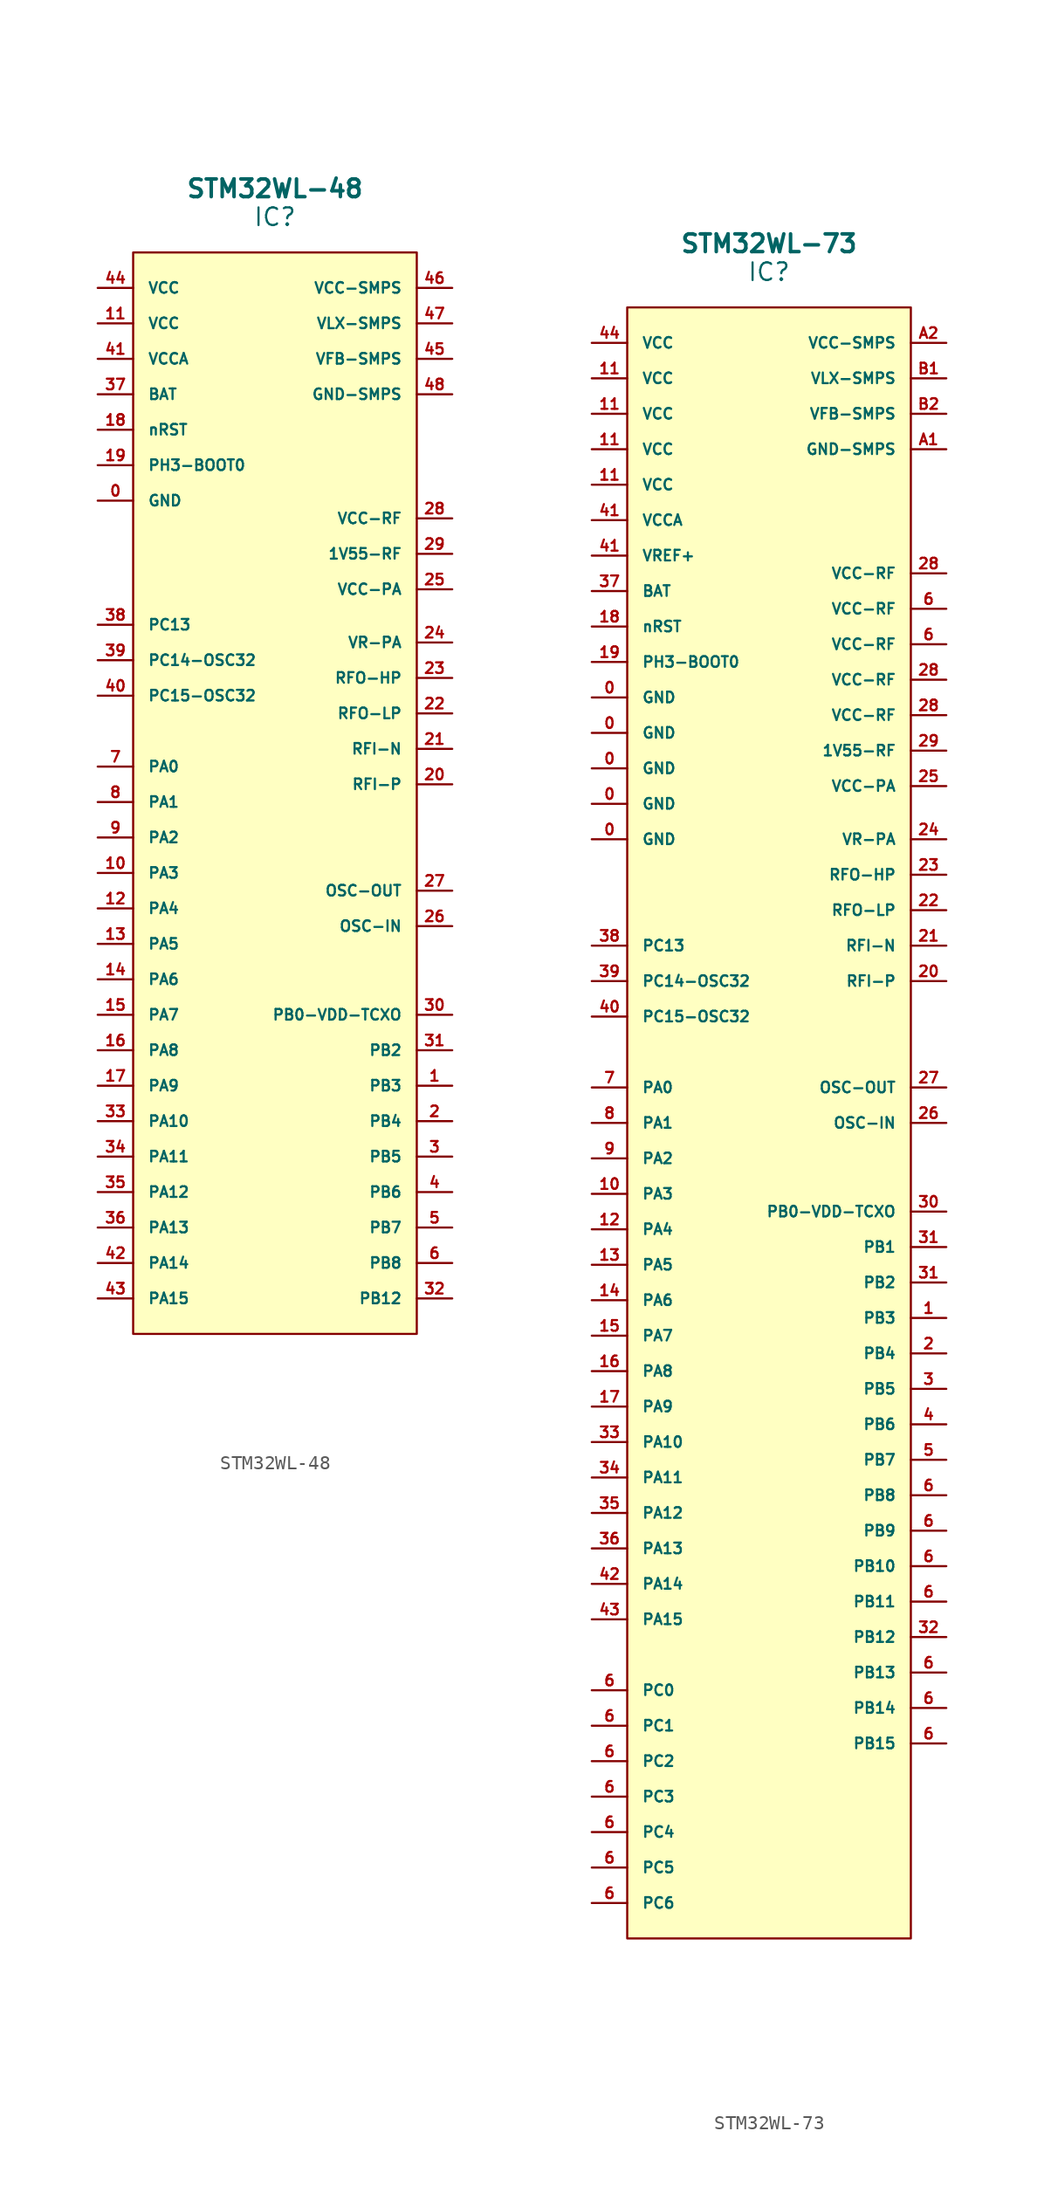
<source format=kicad_sym>
(kicad_symbol_lib
  (version 20231120)
  (generator "kicad_symbol_editor")
  (generator_version "8.0")
  (symbol "STM32WL-48"
    (pin_names
      (offset 1.016))
    (property "Reference" "IC"
      (at 0 41.91 0)
      (effects (font (size 1.27 1.27))))
    (property "Value" "STM32WL-48"
      (at 0 43.942 0)
      (effects (font (size 1.27 1.27) (bold yes))))
    (symbol "STM32WL-48_0_1"
      (rectangle (start -10.16 39.37) (end 10.16 -38.1) (stroke (width 0) (type solid)) (fill (type background))))
    (symbol "STM32WL-48_1_1"
      (pin power_in line (at -12.7 21.59 0) (length 2.54) (name "GND" (effects (font (size 0.762 0.762)))) (number "0" (effects (font (size 0.762 0.762)))))
      (pin bidirectional line (at 12.7 -20.32 180) (length 2.54) (name "PB3" (effects (font (size 0.762 0.762)))) (number "1" (effects (font (size 0.762 0.762)))))
      (pin bidirectional line (at -12.7 -5.08 0) (length 2.54) (name "PA3" (effects (font (size 0.762 0.762)))) (number "10" (effects (font (size 0.762 0.762)))))
      (pin power_in line (at -12.7 34.29 0) (length 2.54) (name "VCC" (effects (font (size 0.762 0.762)))) (number "11" (effects (font (size 0.762 0.762)))))
      (pin bidirectional line (at -12.7 -7.62 0) (length 2.54) (name "PA4" (effects (font (size 0.762 0.762)))) (number "12" (effects (font (size 0.762 0.762)))))
      (pin bidirectional line (at -12.7 -10.16 0) (length 2.54) (name "PA5" (effects (font (size 0.762 0.762)))) (number "13" (effects (font (size 0.762 0.762)))))
      (pin bidirectional line (at -12.7 -12.7 0) (length 2.54) (name "PA6" (effects (font (size 0.762 0.762)))) (number "14" (effects (font (size 0.762 0.762)))))
      (pin bidirectional line (at -12.7 -15.24 0) (length 2.54) (name "PA7" (effects (font (size 0.762 0.762)))) (number "15" (effects (font (size 0.762 0.762)))))
      (pin bidirectional line (at -12.7 -17.78 0) (length 2.54) (name "PA8" (effects (font (size 0.762 0.762)))) (number "16" (effects (font (size 0.762 0.762)))))
      (pin bidirectional line (at -12.7 -20.32 0) (length 2.54) (name "PA9" (effects (font (size 0.762 0.762)))) (number "17" (effects (font (size 0.762 0.762)))))
      (pin input line (at -12.7 26.67 0) (length 2.54) (name "nRST" (effects (font (size 0.762 0.762)))) (number "18" (effects (font (size 0.762 0.762)))))
      (pin bidirectional line (at -12.7 24.13 0) (length 2.54) (name "PH3-BOOT0" (effects (font (size 0.762 0.762)))) (number "19" (effects (font (size 0.762 0.762)))))
      (pin bidirectional line (at 12.7 -22.86 180) (length 2.54) (name "PB4" (effects (font (size 0.762 0.762)))) (number "2" (effects (font (size 0.762 0.762)))))
      (pin input line (at 12.7 1.27 180) (length 2.54) (name "RFI-P" (effects (font (size 0.762 0.762)))) (number "20" (effects (font (size 0.762 0.762)))))
      (pin input line (at 12.7 3.81 180) (length 2.54) (name "RFI-N" (effects (font (size 0.762 0.762)))) (number "21" (effects (font (size 0.762 0.762)))))
      (pin output line (at 12.7 6.35 180) (length 2.54) (name "RFO-LP" (effects (font (size 0.762 0.762)))) (number "22" (effects (font (size 0.762 0.762)))))
      (pin output line (at 12.7 8.89 180) (length 2.54) (name "RFO-HP" (effects (font (size 0.762 0.762)))) (number "23" (effects (font (size 0.762 0.762)))))
      (pin passive line (at 12.7 11.43 180) (length 2.54) (name "VR-PA" (effects (font (size 0.762 0.762)))) (number "24" (effects (font (size 0.762 0.762)))))
      (pin passive line (at 12.7 15.24 180) (length 2.54) (name "VCC-PA" (effects (font (size 0.762 0.762)))) (number "25" (effects (font (size 0.762 0.762)))))
      (pin passive line (at 12.7 -8.89 180) (length 2.54) (name "OSC-IN" (effects (font (size 0.762 0.762)))) (number "26" (effects (font (size 0.762 0.762)))))
      (pin passive line (at 12.7 -6.35 180) (length 2.54) (name "OSC-OUT" (effects (font (size 0.762 0.762)))) (number "27" (effects (font (size 0.762 0.762)))))
      (pin passive line (at 12.7 20.32 180) (length 2.54) (name "VCC-RF" (effects (font (size 0.762 0.762)))) (number "28" (effects (font (size 0.762 0.762)))))
      (pin passive line (at 12.7 17.78 180) (length 2.54) (name "1V55-RF" (effects (font (size 0.762 0.762)))) (number "29" (effects (font (size 0.762 0.762)))))
      (pin bidirectional line (at 12.7 -25.4 180) (length 2.54) (name "PB5" (effects (font (size 0.762 0.762)))) (number "3" (effects (font (size 0.762 0.762)))))
      (pin bidirectional line (at 12.7 -15.24 180) (length 2.54) (name "PB0-VDD-TCXO" (effects (font (size 0.762 0.762)))) (number "30" (effects (font (size 0.762 0.762)))))
      (pin bidirectional line (at 12.7 -17.78 180) (length 2.54) (name "PB2" (effects (font (size 0.762 0.762)))) (number "31" (effects (font (size 0.762 0.762)))))
      (pin bidirectional line (at 12.7 -35.56 180) (length 2.54) (name "PB12" (effects (font (size 0.762 0.762)))) (number "32" (effects (font (size 0.762 0.762)))))
      (pin bidirectional line (at -12.7 -22.86 0) (length 2.54) (name "PA10" (effects (font (size 0.762 0.762)))) (number "33" (effects (font (size 0.762 0.762)))))
      (pin bidirectional line (at -12.7 -25.4 0) (length 2.54) (name "PA11" (effects (font (size 0.762 0.762)))) (number "34" (effects (font (size 0.762 0.762)))))
      (pin bidirectional line (at -12.7 -27.94 0) (length 2.54) (name "PA12" (effects (font (size 0.762 0.762)))) (number "35" (effects (font (size 0.762 0.762)))))
      (pin bidirectional line (at -12.7 -30.48 0) (length 2.54) (name "PA13" (effects (font (size 0.762 0.762)))) (number "36" (effects (font (size 0.762 0.762)))))
      (pin power_in line (at -12.7 29.21 0) (length 2.54) (name "BAT" (effects (font (size 0.762 0.762)))) (number "37" (effects (font (size 0.762 0.762)))))
      (pin bidirectional line (at -12.7 12.7 0) (length 2.54) (name "PC13" (effects (font (size 0.762 0.762)))) (number "38" (effects (font (size 0.762 0.762)))))
      (pin bidirectional line (at -12.7 10.16 0) (length 2.54) (name "PC14-OSC32" (effects (font (size 0.762 0.762)))) (number "39" (effects (font (size 0.762 0.762)))))
      (pin bidirectional line (at 12.7 -27.94 180) (length 2.54) (name "PB6" (effects (font (size 0.762 0.762)))) (number "4" (effects (font (size 0.762 0.762)))))
      (pin bidirectional line (at -12.7 7.62 0) (length 2.54) (name "PC15-OSC32" (effects (font (size 0.762 0.762)))) (number "40" (effects (font (size 0.762 0.762)))))
      (pin power_in line (at -12.7 31.75 0) (length 2.54) (name "VCCA" (effects (font (size 0.762 0.762)))) (number "41" (effects (font (size 0.762 0.762)))))
      (pin bidirectional line (at -12.7 -33.02 0) (length 2.54) (name "PA14" (effects (font (size 0.762 0.762)))) (number "42" (effects (font (size 0.762 0.762)))))
      (pin bidirectional line (at -12.7 -35.56 0) (length 2.54) (name "PA15" (effects (font (size 0.762 0.762)))) (number "43" (effects (font (size 0.762 0.762)))))
      (pin power_in line (at -12.7 36.83 0) (length 2.54) (name "VCC" (effects (font (size 0.762 0.762)))) (number "44" (effects (font (size 0.762 0.762)))))
      (pin passive line (at 12.7 31.75 180) (length 2.54) (name "VFB-SMPS" (effects (font (size 0.762 0.762)))) (number "45" (effects (font (size 0.762 0.762)))))
      (pin passive line (at 12.7 36.83 180) (length 2.54) (name "VCC-SMPS" (effects (font (size 0.762 0.762)))) (number "46" (effects (font (size 0.762 0.762)))))
      (pin passive line (at 12.7 34.29 180) (length 2.54) (name "VLX-SMPS" (effects (font (size 0.762 0.762)))) (number "47" (effects (font (size 0.762 0.762)))))
      (pin power_in line (at 12.7 29.21 180) (length 2.54) (name "GND-SMPS" (effects (font (size 0.762 0.762)))) (number "48" (effects (font (size 0.762 0.762)))))
      (pin bidirectional line (at 12.7 -30.48 180) (length 2.54) (name "PB7" (effects (font (size 0.762 0.762)))) (number "5" (effects (font (size 0.762 0.762)))))
      (pin bidirectional line (at 12.7 -33.02 180) (length 2.54) (name "PB8" (effects (font (size 0.762 0.762)))) (number "6" (effects (font (size 0.762 0.762)))))
      (pin bidirectional line (at -12.7 2.54 0) (length 2.54) (name "PA0" (effects (font (size 0.762 0.762)))) (number "7" (effects (font (size 0.762 0.762)))))
      (pin bidirectional line (at -12.7 0 0) (length 2.54) (name "PA1" (effects (font (size 0.762 0.762)))) (number "8" (effects (font (size 0.762 0.762)))))
      (pin bidirectional line (at -12.7 -2.54 0) (length 2.54) (name "PA2" (effects (font (size 0.762 0.762)))) (number "9" (effects (font (size 0.762 0.762)))))))
  (symbol "STM32WL-73"
    (pin_names
      (offset 1.016))
    (property "Reference" "IC"
      (at 0 41.91 0)
      (effects (font (size 1.27 1.27))))
    (property "Value" "STM32WL-73"
      (at 0 43.942 0)
      (effects (font (size 1.27 1.27) (bold yes))))
    (symbol "STM32WL-73_0_1"
      (rectangle (start -10.16 39.37) (end 10.16 -77.47) (stroke (width 0) (type solid)) (fill (type background))))
    (symbol "STM32WL-73_1_1"
      (pin power_in line (at -12.7 1.27 0) (length 2.54) (name "GND" (effects (font (size 0.762 0.762)))) (number "0" (effects (font (size 0.762 0.762)))))
      (pin power_in line (at -12.7 3.81 0) (length 2.54) (name "GND" (effects (font (size 0.762 0.762)))) (number "0" (effects (font (size 0.762 0.762)))))
      (pin power_in line (at -12.7 6.35 0) (length 2.54) (name "GND" (effects (font (size 0.762 0.762)))) (number "0" (effects (font (size 0.762 0.762)))))
      (pin power_in line (at -12.7 8.89 0) (length 2.54) (name "GND" (effects (font (size 0.762 0.762)))) (number "0" (effects (font (size 0.762 0.762)))))
      (pin power_in line (at -12.7 11.43 0) (length 2.54) (name "GND" (effects (font (size 0.762 0.762)))) (number "0" (effects (font (size 0.762 0.762)))))
      (pin bidirectional line (at 12.7 -33.02 180) (length 2.54) (name "PB3" (effects (font (size 0.762 0.762)))) (number "1" (effects (font (size 0.762 0.762)))))
      (pin bidirectional line (at -12.7 -24.13 0) (length 2.54) (name "PA3" (effects (font (size 0.762 0.762)))) (number "10" (effects (font (size 0.762 0.762)))))
      (pin power_in line (at -12.7 26.67 0) (length 2.54) (name "VCC" (effects (font (size 0.762 0.762)))) (number "11" (effects (font (size 0.762 0.762)))))
      (pin power_in line (at -12.7 29.21 0) (length 2.54) (name "VCC" (effects (font (size 0.762 0.762)))) (number "11" (effects (font (size 0.762 0.762)))))
      (pin power_in line (at -12.7 31.75 0) (length 2.54) (name "VCC" (effects (font (size 0.762 0.762)))) (number "11" (effects (font (size 0.762 0.762)))))
      (pin power_in line (at -12.7 34.29 0) (length 2.54) (name "VCC" (effects (font (size 0.762 0.762)))) (number "11" (effects (font (size 0.762 0.762)))))
      (pin bidirectional line (at -12.7 -26.67 0) (length 2.54) (name "PA4" (effects (font (size 0.762 0.762)))) (number "12" (effects (font (size 0.762 0.762)))))
      (pin bidirectional line (at -12.7 -29.21 0) (length 2.54) (name "PA5" (effects (font (size 0.762 0.762)))) (number "13" (effects (font (size 0.762 0.762)))))
      (pin bidirectional line (at -12.7 -31.75 0) (length 2.54) (name "PA6" (effects (font (size 0.762 0.762)))) (number "14" (effects (font (size 0.762 0.762)))))
      (pin bidirectional line (at -12.7 -34.29 0) (length 2.54) (name "PA7" (effects (font (size 0.762 0.762)))) (number "15" (effects (font (size 0.762 0.762)))))
      (pin bidirectional line (at -12.7 -36.83 0) (length 2.54) (name "PA8" (effects (font (size 0.762 0.762)))) (number "16" (effects (font (size 0.762 0.762)))))
      (pin bidirectional line (at -12.7 -39.37 0) (length 2.54) (name "PA9" (effects (font (size 0.762 0.762)))) (number "17" (effects (font (size 0.762 0.762)))))
      (pin input line (at -12.7 16.51 0) (length 2.54) (name "nRST" (effects (font (size 0.762 0.762)))) (number "18" (effects (font (size 0.762 0.762)))))
      (pin bidirectional line (at -12.7 13.97 0) (length 2.54) (name "PH3-BOOT0" (effects (font (size 0.762 0.762)))) (number "19" (effects (font (size 0.762 0.762)))))
      (pin bidirectional line (at 12.7 -35.56 180) (length 2.54) (name "PB4" (effects (font (size 0.762 0.762)))) (number "2" (effects (font (size 0.762 0.762)))))
      (pin input line (at 12.7 -8.89 180) (length 2.54) (name "RFI-P" (effects (font (size 0.762 0.762)))) (number "20" (effects (font (size 0.762 0.762)))))
      (pin input line (at 12.7 -6.35 180) (length 2.54) (name "RFI-N" (effects (font (size 0.762 0.762)))) (number "21" (effects (font (size 0.762 0.762)))))
      (pin output line (at 12.7 -3.81 180) (length 2.54) (name "RFO-LP" (effects (font (size 0.762 0.762)))) (number "22" (effects (font (size 0.762 0.762)))))
      (pin output line (at 12.7 -1.27 180) (length 2.54) (name "RFO-HP" (effects (font (size 0.762 0.762)))) (number "23" (effects (font (size 0.762 0.762)))))
      (pin passive line (at 12.7 1.27 180) (length 2.54) (name "VR-PA" (effects (font (size 0.762 0.762)))) (number "24" (effects (font (size 0.762 0.762)))))
      (pin passive line (at 12.7 5.08 180) (length 2.54) (name "VCC-PA" (effects (font (size 0.762 0.762)))) (number "25" (effects (font (size 0.762 0.762)))))
      (pin passive line (at 12.7 -19.05 180) (length 2.54) (name "OSC-IN" (effects (font (size 0.762 0.762)))) (number "26" (effects (font (size 0.762 0.762)))))
      (pin passive line (at 12.7 -16.51 180) (length 2.54) (name "OSC-OUT" (effects (font (size 0.762 0.762)))) (number "27" (effects (font (size 0.762 0.762)))))
      (pin passive line (at 12.7 10.16 180) (length 2.54) (name "VCC-RF" (effects (font (size 0.762 0.762)))) (number "28" (effects (font (size 0.762 0.762)))))
      (pin passive line (at 12.7 12.7 180) (length 2.54) (name "VCC-RF" (effects (font (size 0.762 0.762)))) (number "28" (effects (font (size 0.762 0.762)))))
      (pin passive line (at 12.7 20.32 180) (length 2.54) (name "VCC-RF" (effects (font (size 0.762 0.762)))) (number "28" (effects (font (size 0.762 0.762)))))
      (pin passive line (at 12.7 7.62 180) (length 2.54) (name "1V55-RF" (effects (font (size 0.762 0.762)))) (number "29" (effects (font (size 0.762 0.762)))))
      (pin bidirectional line (at 12.7 -38.1 180) (length 2.54) (name "PB5" (effects (font (size 0.762 0.762)))) (number "3" (effects (font (size 0.762 0.762)))))
      (pin bidirectional line (at 12.7 -25.4 180) (length 2.54) (name "PB0-VDD-TCXO" (effects (font (size 0.762 0.762)))) (number "30" (effects (font (size 0.762 0.762)))))
      (pin bidirectional line (at 12.7 -27.94 180) (length 2.54) (name "PB1" (effects (font (size 0.762 0.762)))) (number "31" (effects (font (size 0.762 0.762)))))
      (pin bidirectional line (at 12.7 -30.48 180) (length 2.54) (name "PB2" (effects (font (size 0.762 0.762)))) (number "31" (effects (font (size 0.762 0.762)))))
      (pin bidirectional line (at 12.7 -55.88 180) (length 2.54) (name "PB12" (effects (font (size 0.762 0.762)))) (number "32" (effects (font (size 0.762 0.762)))))
      (pin bidirectional line (at -12.7 -41.91 0) (length 2.54) (name "PA10" (effects (font (size 0.762 0.762)))) (number "33" (effects (font (size 0.762 0.762)))))
      (pin bidirectional line (at -12.7 -44.45 0) (length 2.54) (name "PA11" (effects (font (size 0.762 0.762)))) (number "34" (effects (font (size 0.762 0.762)))))
      (pin bidirectional line (at -12.7 -46.99 0) (length 2.54) (name "PA12" (effects (font (size 0.762 0.762)))) (number "35" (effects (font (size 0.762 0.762)))))
      (pin bidirectional line (at -12.7 -49.53 0) (length 2.54) (name "PA13" (effects (font (size 0.762 0.762)))) (number "36" (effects (font (size 0.762 0.762)))))
      (pin power_in line (at -12.7 19.05 0) (length 2.54) (name "BAT" (effects (font (size 0.762 0.762)))) (number "37" (effects (font (size 0.762 0.762)))))
      (pin bidirectional line (at -12.7 -6.35 0) (length 2.54) (name "PC13" (effects (font (size 0.762 0.762)))) (number "38" (effects (font (size 0.762 0.762)))))
      (pin bidirectional line (at -12.7 -8.89 0) (length 2.54) (name "PC14-OSC32" (effects (font (size 0.762 0.762)))) (number "39" (effects (font (size 0.762 0.762)))))
      (pin bidirectional line (at 12.7 -40.64 180) (length 2.54) (name "PB6" (effects (font (size 0.762 0.762)))) (number "4" (effects (font (size 0.762 0.762)))))
      (pin bidirectional line (at -12.7 -11.43 0) (length 2.54) (name "PC15-OSC32" (effects (font (size 0.762 0.762)))) (number "40" (effects (font (size 0.762 0.762)))))
      (pin power_in line (at -12.7 24.13 0) (length 2.54) (name "VCCA" (effects (font (size 0.762 0.762)))) (number "41" (effects (font (size 0.762 0.762)))))
      (pin power_in line (at -12.7 21.59 0) (length 2.54) (name "VREF+" (effects (font (size 0.762 0.762)))) (number "41" (effects (font (size 0.762 0.762)))))
      (pin bidirectional line (at -12.7 -52.07 0) (length 2.54) (name "PA14" (effects (font (size 0.762 0.762)))) (number "42" (effects (font (size 0.762 0.762)))))
      (pin bidirectional line (at -12.7 -54.61 0) (length 2.54) (name "PA15" (effects (font (size 0.762 0.762)))) (number "43" (effects (font (size 0.762 0.762)))))
      (pin power_in line (at -12.7 36.83 0) (length 2.54) (name "VCC" (effects (font (size 0.762 0.762)))) (number "44" (effects (font (size 0.762 0.762)))))
      (pin bidirectional line (at 12.7 -43.18 180) (length 2.54) (name "PB7" (effects (font (size 0.762 0.762)))) (number "5" (effects (font (size 0.762 0.762)))))
      (pin bidirectional line (at 12.7 -50.8 180) (length 2.54) (name "PB10" (effects (font (size 0.762 0.762)))) (number "6" (effects (font (size 0.762 0.762)))))
      (pin bidirectional line (at 12.7 -53.34 180) (length 2.54) (name "PB11" (effects (font (size 0.762 0.762)))) (number "6" (effects (font (size 0.762 0.762)))))
      (pin bidirectional line (at 12.7 -58.42 180) (length 2.54) (name "PB13" (effects (font (size 0.762 0.762)))) (number "6" (effects (font (size 0.762 0.762)))))
      (pin bidirectional line (at 12.7 -60.96 180) (length 2.54) (name "PB14" (effects (font (size 0.762 0.762)))) (number "6" (effects (font (size 0.762 0.762)))))
      (pin bidirectional line (at 12.7 -63.5 180) (length 2.54) (name "PB15" (effects (font (size 0.762 0.762)))) (number "6" (effects (font (size 0.762 0.762)))))
      (pin bidirectional line (at 12.7 -45.72 180) (length 2.54) (name "PB8" (effects (font (size 0.762 0.762)))) (number "6" (effects (font (size 0.762 0.762)))))
      (pin bidirectional line (at 12.7 -48.26 180) (length 2.54) (name "PB9" (effects (font (size 0.762 0.762)))) (number "6" (effects (font (size 0.762 0.762)))))
      (pin bidirectional line (at -12.7 -59.69 0) (length 2.54) (name "PC0" (effects (font (size 0.762 0.762)))) (number "6" (effects (font (size 0.762 0.762)))))
      (pin bidirectional line (at -12.7 -62.23 0) (length 2.54) (name "PC1" (effects (font (size 0.762 0.762)))) (number "6" (effects (font (size 0.762 0.762)))))
      (pin bidirectional line (at -12.7 -64.77 0) (length 2.54) (name "PC2" (effects (font (size 0.762 0.762)))) (number "6" (effects (font (size 0.762 0.762)))))
      (pin bidirectional line (at -12.7 -67.31 0) (length 2.54) (name "PC3" (effects (font (size 0.762 0.762)))) (number "6" (effects (font (size 0.762 0.762)))))
      (pin bidirectional line (at -12.7 -69.85 0) (length 2.54) (name "PC4" (effects (font (size 0.762 0.762)))) (number "6" (effects (font (size 0.762 0.762)))))
      (pin bidirectional line (at -12.7 -72.39 0) (length 2.54) (name "PC5" (effects (font (size 0.762 0.762)))) (number "6" (effects (font (size 0.762 0.762)))))
      (pin bidirectional line (at -12.7 -74.93 0) (length 2.54) (name "PC6" (effects (font (size 0.762 0.762)))) (number "6" (effects (font (size 0.762 0.762)))))
      (pin passive line (at 12.7 15.24 180) (length 2.54) (name "VCC-RF" (effects (font (size 0.762 0.762)))) (number "6" (effects (font (size 0.762 0.762)))))
      (pin passive line (at 12.7 17.78 180) (length 2.54) (name "VCC-RF" (effects (font (size 0.762 0.762)))) (number "6" (effects (font (size 0.762 0.762)))))
      (pin bidirectional line (at -12.7 -16.51 0) (length 2.54) (name "PA0" (effects (font (size 0.762 0.762)))) (number "7" (effects (font (size 0.762 0.762)))))
      (pin bidirectional line (at -12.7 -19.05 0) (length 2.54) (name "PA1" (effects (font (size 0.762 0.762)))) (number "8" (effects (font (size 0.762 0.762)))))
      (pin bidirectional line (at -12.7 -21.59 0) (length 2.54) (name "PA2" (effects (font (size 0.762 0.762)))) (number "9" (effects (font (size 0.762 0.762)))))
      (pin power_in line (at 12.7 29.21 180) (length 2.54) (name "GND-SMPS" (effects (font (size 0.762 0.762)))) (number "A1" (effects (font (size 0.762 0.762)))))
      (pin passive line (at 12.7 36.83 180) (length 2.54) (name "VCC-SMPS" (effects (font (size 0.762 0.762)))) (number "A2" (effects (font (size 0.762 0.762)))))
      (pin passive line (at 12.7 34.29 180) (length 2.54) (name "VLX-SMPS" (effects (font (size 0.762 0.762)))) (number "B1" (effects (font (size 0.762 0.762)))))
      (pin passive line (at 12.7 31.75 180) (length 2.54) (name "VFB-SMPS" (effects (font (size 0.762 0.762)))) (number "B2" (effects (font (size 0.762 0.762))))))))
</source>
